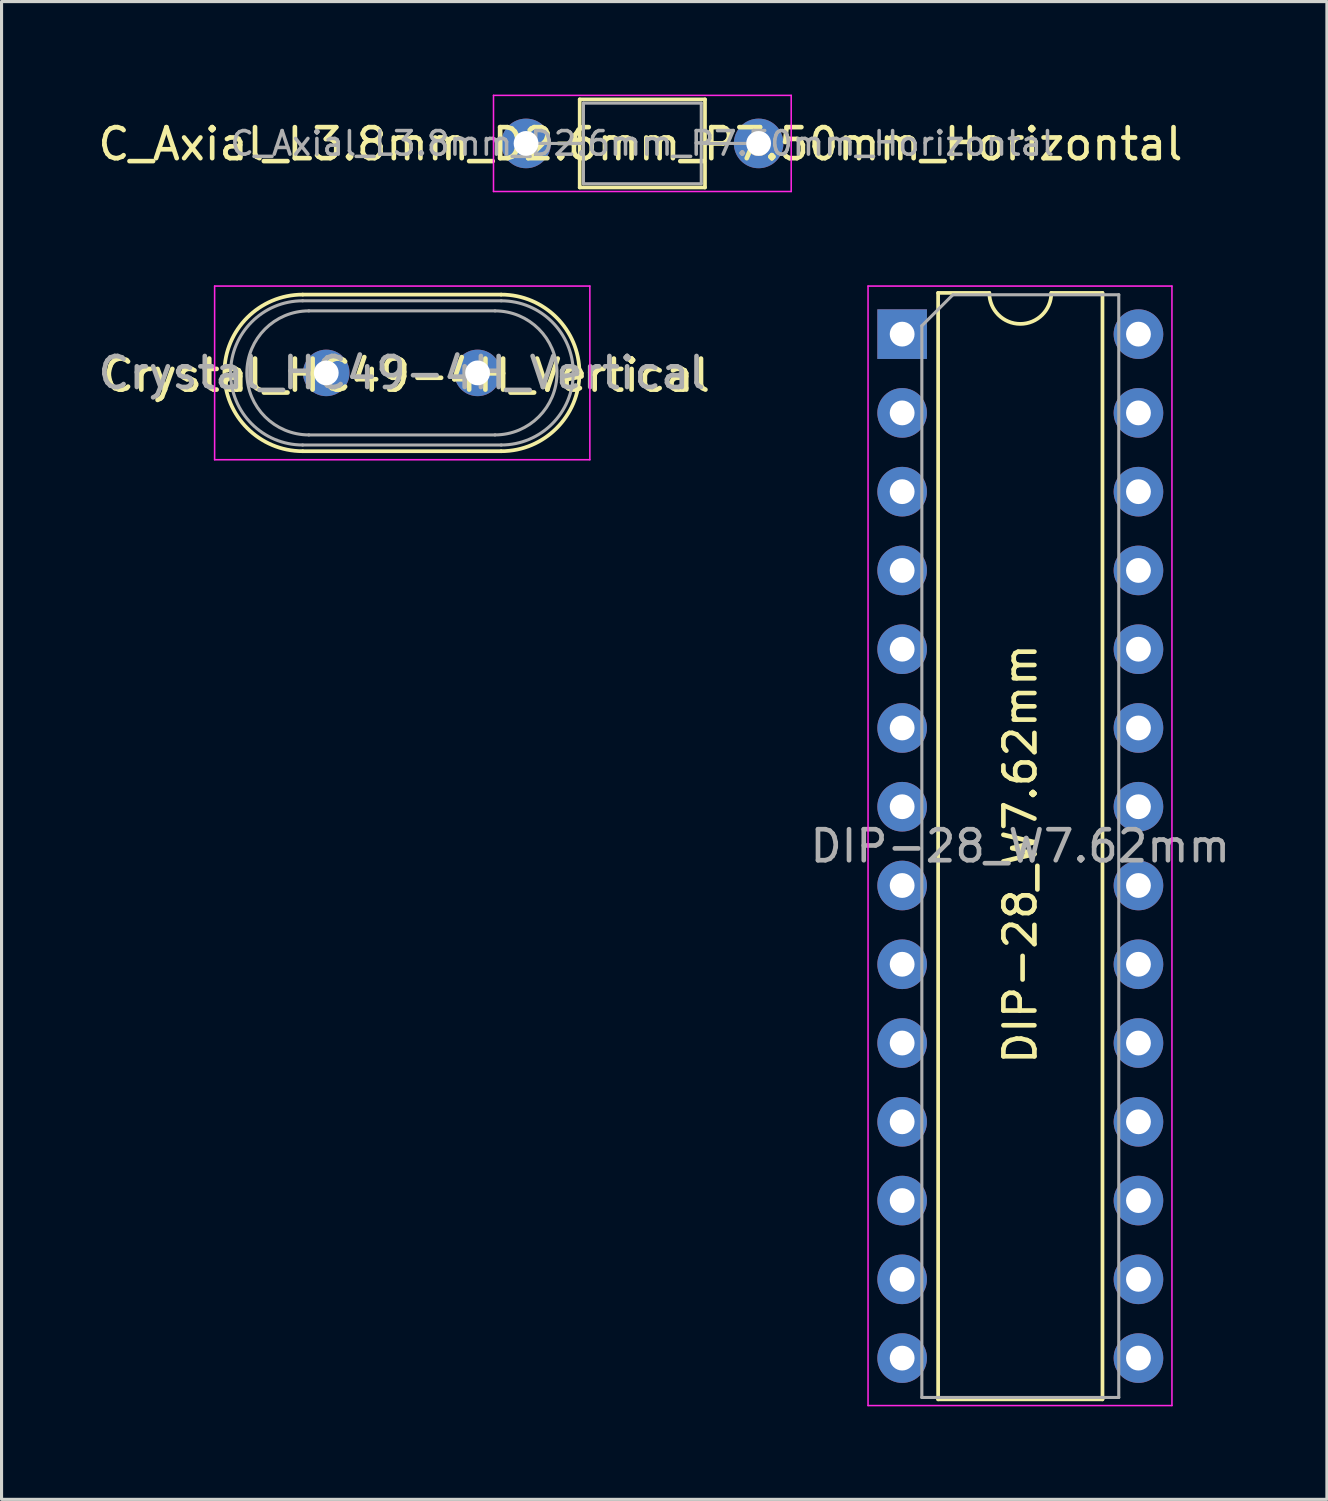
<source format=kicad_pcb>
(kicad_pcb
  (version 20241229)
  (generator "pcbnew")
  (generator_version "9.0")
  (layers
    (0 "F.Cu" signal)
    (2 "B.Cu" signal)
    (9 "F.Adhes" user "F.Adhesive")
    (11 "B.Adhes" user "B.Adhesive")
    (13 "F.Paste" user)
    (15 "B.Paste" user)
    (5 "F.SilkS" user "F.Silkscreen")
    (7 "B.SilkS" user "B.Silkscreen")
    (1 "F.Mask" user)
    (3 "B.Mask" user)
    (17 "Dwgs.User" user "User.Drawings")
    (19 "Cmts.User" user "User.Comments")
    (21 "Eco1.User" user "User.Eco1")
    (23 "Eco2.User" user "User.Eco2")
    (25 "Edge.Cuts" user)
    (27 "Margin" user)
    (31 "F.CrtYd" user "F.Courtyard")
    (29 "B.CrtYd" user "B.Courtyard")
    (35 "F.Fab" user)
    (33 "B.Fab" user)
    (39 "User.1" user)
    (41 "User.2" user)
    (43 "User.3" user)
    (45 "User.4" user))
  (footprint "DIP-28_W7.62mm"
    (layer "F.Cu")
    (at 26.042 7.725)
    (property "Reference" "DIP-28_W7.62mm" (at 3.81 16.764 270) (layer "F.SilkS") (effects (font (size 1 1) (thickness 0.15))))
    (attr through_hole)
    (fp_line (start 1.16 -1.33) (end 1.16 34.35) (stroke (width 0.12) (type solid)) (layer "F.SilkS"))
    (fp_line (start 1.16 34.35) (end 6.46 34.35) (stroke (width 0.12) (type solid)) (layer "F.SilkS"))
    (fp_line (start 2.81 -1.33) (end 1.16 -1.33) (stroke (width 0.12) (type solid)) (layer "F.SilkS"))
    (fp_line (start 6.46 -1.33) (end 4.81 -1.33) (stroke (width 0.12) (type solid)) (layer "F.SilkS"))
    (fp_line (start 6.46 34.35) (end 6.46 -1.33) (stroke (width 0.12) (type solid)) (layer "F.SilkS"))
    (fp_arc (start 4.81 -1.33) (mid 3.81 -0.33) (end 2.81 -1.33) (stroke (width 0.12) (type solid)) (layer "F.SilkS"))
    (fp_line (start -1.1 -1.55) (end -1.1 34.55) (stroke (width 0.05) (type solid)) (layer "F.CrtYd"))
    (fp_line (start -1.1 34.55) (end 8.7 34.55) (stroke (width 0.05) (type solid)) (layer "F.CrtYd"))
    (fp_line (start 8.7 -1.55) (end -1.1 -1.55) (stroke (width 0.05) (type solid)) (layer "F.CrtYd"))
    (fp_line (start 8.7 34.55) (end 8.7 -1.55) (stroke (width 0.05) (type solid)) (layer "F.CrtYd"))
    (fp_line (start 0.635 -0.27) (end 1.635 -1.27) (stroke (width 0.1) (type solid)) (layer "F.Fab"))
    (fp_line (start 0.635 34.29) (end 0.635 -0.27) (stroke (width 0.1) (type solid)) (layer "F.Fab"))
    (fp_line (start 1.635 -1.27) (end 6.985 -1.27) (stroke (width 0.1) (type solid)) (layer "F.Fab"))
    (fp_line (start 6.985 -1.27) (end 6.985 34.29) (stroke (width 0.1) (type solid)) (layer "F.Fab"))
    (fp_line (start 6.985 34.29) (end 0.635 34.29) (stroke (width 0.1) (type solid)) (layer "F.Fab"))
    (fp_text user "${REFERENCE}" (at 3.81 16.51 180) (layer "F.Fab") (effects (font (size 1 1) (thickness 0.15))))
    (pad "1" thru_hole rect (at 0 0) (size 1.6 1.6) (drill 0.8) (layers "*.Cu" "*.Mask"))
    (pad "2" thru_hole oval (at 0 2.54) (size 1.6 1.6) (drill 0.8) (layers "*.Cu" "*.Mask"))
    (pad "3" thru_hole oval (at 0 5.08) (size 1.6 1.6) (drill 0.8) (layers "*.Cu" "*.Mask"))
    (pad "4" thru_hole oval (at 0 7.62) (size 1.6 1.6) (drill 0.8) (layers "*.Cu" "*.Mask"))
    (pad "5" thru_hole oval (at 0 10.16) (size 1.6 1.6) (drill 0.8) (layers "*.Cu" "*.Mask"))
    (pad "6" thru_hole oval (at 0 12.7) (size 1.6 1.6) (drill 0.8) (layers "*.Cu" "*.Mask"))
    (pad "7" thru_hole oval (at 0 15.24) (size 1.6 1.6) (drill 0.8) (layers "*.Cu" "*.Mask"))
    (pad "8" thru_hole oval (at 0 17.78) (size 1.6 1.6) (drill 0.8) (layers "*.Cu" "*.Mask"))
    (pad "9" thru_hole oval (at 0 20.32) (size 1.6 1.6) (drill 0.8) (layers "*.Cu" "*.Mask"))
    (pad "10" thru_hole oval (at 0 22.86) (size 1.6 1.6) (drill 0.8) (layers "*.Cu" "*.Mask"))
    (pad "11" thru_hole oval (at 0 25.4) (size 1.6 1.6) (drill 0.8) (layers "*.Cu" "*.Mask"))
    (pad "12" thru_hole oval (at 0 27.94) (size 1.6 1.6) (drill 0.8) (layers "*.Cu" "*.Mask"))
    (pad "13" thru_hole oval (at 0 30.48) (size 1.6 1.6) (drill 0.8) (layers "*.Cu" "*.Mask"))
    (pad "14" thru_hole oval (at 0 33.02) (size 1.6 1.6) (drill 0.8) (layers "*.Cu" "*.Mask"))
    (pad "15" thru_hole oval (at 7.62 33.02) (size 1.6 1.6) (drill 0.8) (layers "*.Cu" "*.Mask"))
    (pad "16" thru_hole oval (at 7.62 30.48) (size 1.6 1.6) (drill 0.8) (layers "*.Cu" "*.Mask"))
    (pad "17" thru_hole oval (at 7.62 27.94) (size 1.6 1.6) (drill 0.8) (layers "*.Cu" "*.Mask"))
    (pad "18" thru_hole oval (at 7.62 25.4) (size 1.6 1.6) (drill 0.8) (layers "*.Cu" "*.Mask"))
    (pad "19" thru_hole oval (at 7.62 22.86) (size 1.6 1.6) (drill 0.8) (layers "*.Cu" "*.Mask"))
    (pad "20" thru_hole oval (at 7.62 20.32) (size 1.6 1.6) (drill 0.8) (layers "*.Cu" "*.Mask"))
    (pad "21" thru_hole oval (at 7.62 17.78) (size 1.6 1.6) (drill 0.8) (layers "*.Cu" "*.Mask"))
    (pad "22" thru_hole oval (at 7.62 15.24) (size 1.6 1.6) (drill 0.8) (layers "*.Cu" "*.Mask"))
    (pad "23" thru_hole oval (at 7.62 12.7) (size 1.6 1.6) (drill 0.8) (layers "*.Cu" "*.Mask"))
    (pad "24" thru_hole oval (at 7.62 10.16) (size 1.6 1.6) (drill 0.8) (layers "*.Cu" "*.Mask"))
    (pad "25" thru_hole oval (at 7.62 7.62) (size 1.6 1.6) (drill 0.8) (layers "*.Cu" "*.Mask"))
    (pad "26" thru_hole oval (at 7.62 5.08) (size 1.6 1.6) (drill 0.8) (layers "*.Cu" "*.Mask"))
    (pad "27" thru_hole oval (at 7.62 2.54) (size 1.6 1.6) (drill 0.8) (layers "*.Cu" "*.Mask"))
    (pad "28" thru_hole oval (at 7.62 0) (size 1.6 1.6) (drill 0.8) (layers "*.Cu" "*.Mask")))
  (footprint "Crystal_HC49-4H_Vertical"
    (layer "F.Cu")
    (at 7.471 8.975)
    (property "Reference" "Crystal_HC49-4H_Vertical" (at 2.584 0.083 0) (layer "F.SilkS") (effects (font (size 1 1) (thickness 0.15))))
    (attr through_hole)
    (fp_line (start -0.76 -2.525) (end 5.64 -2.525) (stroke (width 0.12) (type solid)) (layer "F.SilkS"))
    (fp_line (start -0.76 2.525) (end 5.64 2.525) (stroke (width 0.12) (type solid)) (layer "F.SilkS"))
    (fp_arc (start -0.76 2.525) (mid -3.285 0) (end -0.76 -2.525) (stroke (width 0.12) (type solid)) (layer "F.SilkS"))
    (fp_arc (start 5.64 -2.525) (mid 8.165 0) (end 5.64 2.525) (stroke (width 0.12) (type solid)) (layer "F.SilkS"))
    (fp_line (start -3.6 -2.8) (end -3.6 2.8) (stroke (width 0.05) (type solid)) (layer "F.CrtYd"))
    (fp_line (start -3.6 2.8) (end 8.5 2.8) (stroke (width 0.05) (type solid)) (layer "F.CrtYd"))
    (fp_line (start 8.5 -2.8) (end -3.6 -2.8) (stroke (width 0.05) (type solid)) (layer "F.CrtYd"))
    (fp_line (start 8.5 2.8) (end 8.5 -2.8) (stroke (width 0.05) (type solid)) (layer "F.CrtYd"))
    (fp_line (start -0.76 -2.325) (end 5.64 -2.325) (stroke (width 0.1) (type solid)) (layer "F.Fab"))
    (fp_line (start -0.76 2.325) (end 5.64 2.325) (stroke (width 0.1) (type solid)) (layer "F.Fab"))
    (fp_line (start -0.56 -2) (end 5.44 -2) (stroke (width 0.1) (type solid)) (layer "F.Fab"))
    (fp_line (start -0.56 2) (end 5.44 2) (stroke (width 0.1) (type solid)) (layer "F.Fab"))
    (fp_arc (start -0.76 2.325) (mid -3.085 0) (end -0.76 -2.325) (stroke (width 0.1) (type solid)) (layer "F.Fab"))
    (fp_arc (start -0.56 2) (mid -2.56 0) (end -0.56 -2) (stroke (width 0.1) (type solid)) (layer "F.Fab"))
    (fp_arc (start 5.44 -2) (mid 7.44 0) (end 5.44 2) (stroke (width 0.1) (type solid)) (layer "F.Fab"))
    (fp_arc (start 5.64 -2.325) (mid 7.965 0) (end 5.64 2.325) (stroke (width 0.1) (type solid)) (layer "F.Fab"))
    (fp_text user "${REFERENCE}" (at 2.44 0 0) (layer "F.Fab") (effects (font (size 1 1) (thickness 0.15))))
    (pad "1" thru_hole circle (at 0 0) (size 1.5 1.5) (drill 0.8) (layers "*.Cu" "*.Mask"))
    (pad "2" thru_hole circle (at 4.88 0) (size 1.5 1.5) (drill 0.8) (layers "*.Cu" "*.Mask")))
  (footprint "C_Axial_L3.8mm_D2.6mm_P7.50mm_Horizontal"
    (layer "F.Cu")
    (at 13.914 1.575)
    (property "Reference" "C_Axial_L3.8mm_D2.6mm_P7.50mm_Horizontal" (at 3.688 0.02 180) (layer "F.SilkS") (effects (font (size 1 1) (thickness 0.15))))
    (attr through_hole)
    (fp_line (start 1.04 0) (end 1.73 0) (stroke (width 0.12) (type solid)) (layer "F.SilkS"))
    (fp_line (start 1.73 -1.42) (end 1.73 1.42) (stroke (width 0.12) (type solid)) (layer "F.SilkS"))
    (fp_line (start 1.73 1.42) (end 5.77 1.42) (stroke (width 0.12) (type solid)) (layer "F.SilkS"))
    (fp_line (start 5.77 -1.42) (end 1.73 -1.42) (stroke (width 0.12) (type solid)) (layer "F.SilkS"))
    (fp_line (start 5.77 1.42) (end 5.77 -1.42) (stroke (width 0.12) (type solid)) (layer "F.SilkS"))
    (fp_line (start 6.46 0) (end 5.77 0) (stroke (width 0.12) (type solid)) (layer "F.SilkS"))
    (fp_line (start -1.05 -1.55) (end -1.05 1.55) (stroke (width 0.05) (type solid)) (layer "F.CrtYd"))
    (fp_line (start -1.05 1.55) (end 8.55 1.55) (stroke (width 0.05) (type solid)) (layer "F.CrtYd"))
    (fp_line (start 8.55 -1.55) (end -1.05 -1.55) (stroke (width 0.05) (type solid)) (layer "F.CrtYd"))
    (fp_line (start 8.55 1.55) (end 8.55 -1.55) (stroke (width 0.05) (type solid)) (layer "F.CrtYd"))
    (fp_line (start 0 0) (end 1.85 0) (stroke (width 0.1) (type solid)) (layer "F.Fab"))
    (fp_line (start 1.85 -1.3) (end 1.85 1.3) (stroke (width 0.1) (type solid)) (layer "F.Fab"))
    (fp_line (start 1.85 1.3) (end 5.65 1.3) (stroke (width 0.1) (type solid)) (layer "F.Fab"))
    (fp_line (start 5.65 -1.3) (end 1.85 -1.3) (stroke (width 0.1) (type solid)) (layer "F.Fab"))
    (fp_line (start 5.65 1.3) (end 5.65 -1.3) (stroke (width 0.1) (type solid)) (layer "F.Fab"))
    (fp_line (start 7.5 0) (end 5.65 0) (stroke (width 0.1) (type solid)) (layer "F.Fab"))
    (fp_text user "${REFERENCE}" (at 3.75 0 180) (layer "F.Fab") (effects (font (size 0.76 0.76) (thickness 0.114))))
    (pad "1" thru_hole circle (at 0 0) (size 1.6 1.6) (drill 0.8) (layers "*.Cu" "*.Mask"))
    (pad "2" thru_hole oval (at 7.5 0) (size 1.6 1.6) (drill 0.8) (layers "*.Cu" "*.Mask")))
  (gr_rect
    (start -3 -3)
    (end 39.739 45.3)
    (stroke (width 0.1) (type default))
    (fill no)
    (layer "Edge.Cuts")))
</source>
